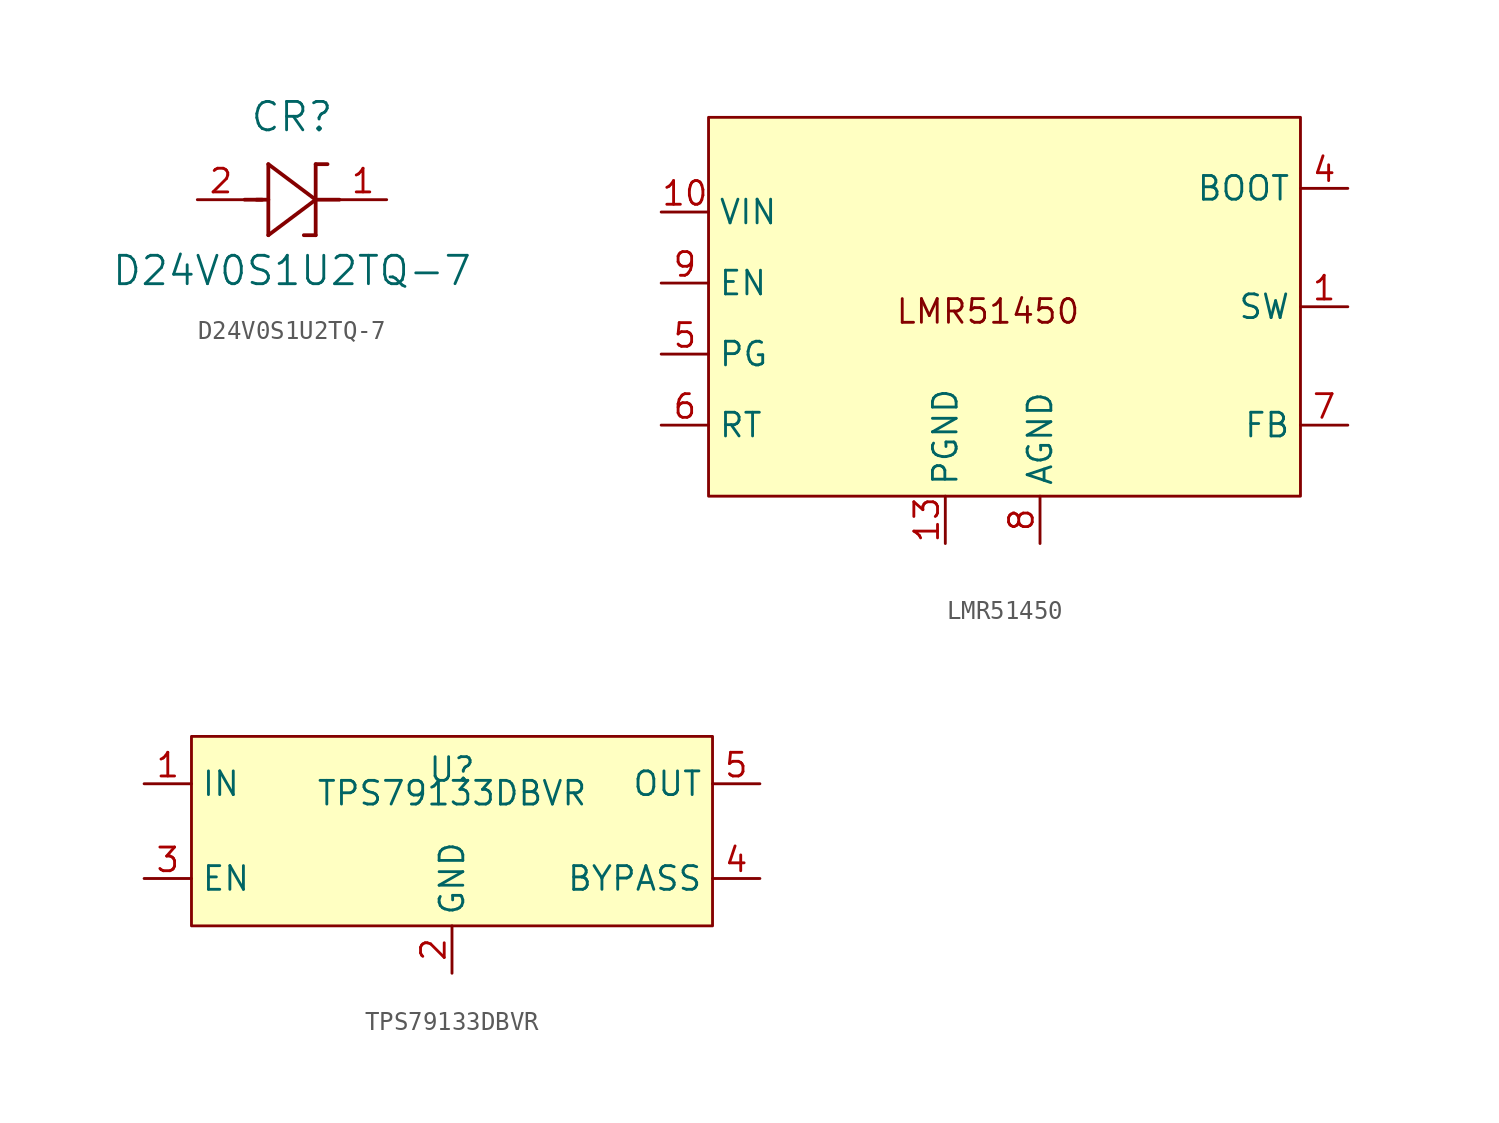
<source format=kicad_sym>
(kicad_symbol_lib
  (version 20241209)
  (generator "kicad_symbol_editor")
  (generator_version "9.0")
  (symbol "D24V0S1U2TQ-7"
    (pin_names
      (offset 0.254))
    (property "Reference" "CR"
      (at 5.08 4.445 0)
      (effects (font (size 1.524 1.524))))
    (property "Value" "D24V0S1U2TQ-7"
      (at 5.08 -3.81 0)
      (effects (font (size 1.524 1.524))))
    (symbol "D24V0S1U2TQ-7_0_1"
      (polyline (pts (xy 2.54 0) (xy 3.48 0)) (stroke (width 0.203) (type default)) (fill (type none)))
      (polyline (pts (xy 3.175 0) (xy 3.81 0)) (stroke (width 0.203) (type default)) (fill (type none)))
      (polyline (pts (xy 3.81 1.905) (xy 3.81 -1.905)) (stroke (width 0.203) (type default)) (fill (type none)))
      (polyline (pts (xy 3.81 -1.905) (xy 6.35 0)) (stroke (width 0.203) (type default)) (fill (type none)))
      (polyline (pts (xy 6.35 1.905) (xy 6.985 1.905)) (stroke (width 0.203) (type default)) (fill (type none)))
      (polyline (pts (xy 6.35 0) (xy 3.81 1.905)) (stroke (width 0.203) (type default)) (fill (type none)))
      (polyline (pts (xy 6.35 0) (xy 7.62 0)) (stroke (width 0.203) (type default)) (fill (type none)))
      (polyline (pts (xy 6.35 -1.905) (xy 5.715 -1.905)) (stroke (width 0.203) (type default)) (fill (type none)))
      (polyline (pts (xy 6.35 -1.905) (xy 6.35 1.905)) (stroke (width 0.203) (type default)) (fill (type none)))
      (pin unspecified line (at 0 0 0) (length 2.54) (name "" (effects (font (size 1.27 1.27)))) (number "2" (effects (font (size 1.27 1.27)))))
      (pin unspecified line (at 10.16 0 180) (length 2.54) (name "" (effects (font (size 1.27 1.27)))) (number "1" (effects (font (size 1.27 1.27)))))))
  (symbol "LMR51450"
    (property "Reference" "U"
      (at 0 1.778 0)
      (effects (font (size 1.27 1.27)) (hide yes)))
    (symbol "LMR51450_0_1"
      (rectangle (start -15.24 10.16) (end 16.51 -10.16) (stroke (width 0) (type default)) (fill (type background))))
    (symbol "LMR51450_1_1"
      (text "LMR51450" (at -0.254 -0.254 0) (effects (font (size 1.27 1.27))))
      (pin power_in line (at -17.78 5.08 0) (length 2.54) (name "VIN" (effects (font (size 1.27 1.27)))) (number "10" (effects (font (size 1.27 1.27)))))
      (pin power_in line (at -17.78 5.08 0) (length 2.54) (hide yes) (name "VIN" (effects (font (size 1.27 1.27)))) (number "11" (effects (font (size 1.27 1.27)))))
      (pin power_in line (at -17.78 5.08 0) (length 2.54) (hide yes) (name "VIN" (effects (font (size 1.27 1.27)))) (number "12" (effects (font (size 1.27 1.27)))))
      (pin input line (at -17.78 1.27 0) (length 2.54) (name "EN" (effects (font (size 1.27 1.27)))) (number "9" (effects (font (size 1.27 1.27)))))
      (pin input line (at -17.78 -2.54 0) (length 2.54) (name "PG" (effects (font (size 1.27 1.27)))) (number "5" (effects (font (size 1.27 1.27)))))
      (pin input line (at -17.78 -6.35 0) (length 2.54) (name "RT" (effects (font (size 1.27 1.27)))) (number "6" (effects (font (size 1.27 1.27)))))
      (pin power_in line (at -2.54 -12.7 90) (length 2.54) (name "PGND" (effects (font (size 1.27 1.27)))) (number "13" (effects (font (size 1.27 1.27)))))
      (pin power_in line (at 2.54 -12.7 90) (length 2.54) (name "AGND" (effects (font (size 1.27 1.27)))) (number "8" (effects (font (size 1.27 1.27)))))
      (pin power_out line (at 19.05 6.35 180) (length 2.54) (name "BOOT" (effects (font (size 1.27 1.27)))) (number "4" (effects (font (size 1.27 1.27)))))
      (pin power_out line (at 19.05 0 180) (length 2.54) (name "SW" (effects (font (size 1.27 1.27)))) (number "1" (effects (font (size 1.27 1.27)))))
      (pin power_out line (at 19.05 0 180) (length 2.54) (hide yes) (name "SW" (effects (font (size 1.27 1.27)))) (number "2" (effects (font (size 1.27 1.27)))))
      (pin power_out line (at 19.05 0 180) (length 2.54) (hide yes) (name "SW" (effects (font (size 1.27 1.27)))) (number "3" (effects (font (size 1.27 1.27)))))
      (pin input line (at 19.05 -6.35 180) (length 2.54) (name "FB" (effects (font (size 1.27 1.27)))) (number "7" (effects (font (size 1.27 1.27)))))))
  (symbol "TPS79133DBVR"
    (property "Reference" "U"
      (at 0 3.302 0)
      (effects (font (size 1.27 1.27))))
    (property "Value" "TPS79133DBVR"
      (at 0 2.032 0)
      (effects (font (size 1.27 1.27))))
    (symbol "TPS79133DBVR_0_1"
      (rectangle (start -13.97 5.08) (end 13.97 -5.08) (stroke (width 0) (type default)) (fill (type background))))
    (symbol "TPS79133DBVR_1_1"
      (pin power_in line (at -16.51 2.54 0) (length 2.54) (name "IN" (effects (font (size 1.27 1.27)))) (number "1" (effects (font (size 1.27 1.27)))))
      (pin input line (at -16.51 -2.54 0) (length 2.54) (name "EN" (effects (font (size 1.27 1.27)))) (number "3" (effects (font (size 1.27 1.27)))))
      (pin power_in line (at 0 -7.62 90) (length 2.54) (name "GND" (effects (font (size 1.27 1.27)))) (number "2" (effects (font (size 1.27 1.27)))))
      (pin input line (at 16.51 2.54 180) (length 2.54) (name "OUT" (effects (font (size 1.27 1.27)))) (number "5" (effects (font (size 1.27 1.27)))))
      (pin passive line (at 16.51 -2.54 180) (length 2.54) (name "BYPASS" (effects (font (size 1.27 1.27)))) (number "4" (effects (font (size 1.27 1.27))))))))
</source>
